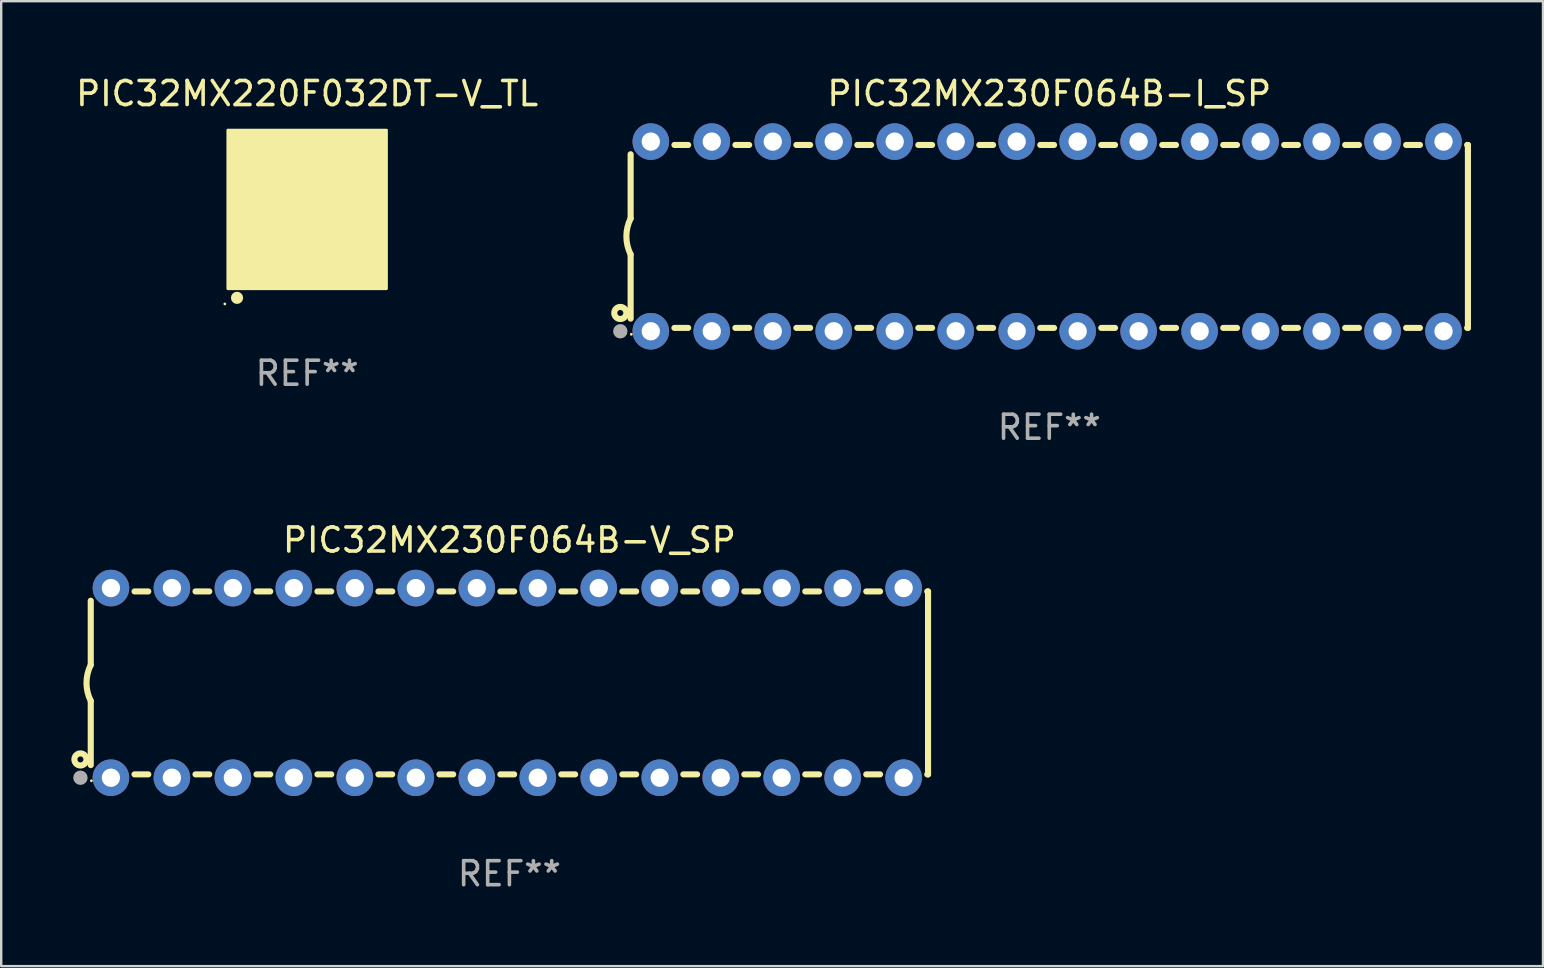
<source format=kicad_pcb>
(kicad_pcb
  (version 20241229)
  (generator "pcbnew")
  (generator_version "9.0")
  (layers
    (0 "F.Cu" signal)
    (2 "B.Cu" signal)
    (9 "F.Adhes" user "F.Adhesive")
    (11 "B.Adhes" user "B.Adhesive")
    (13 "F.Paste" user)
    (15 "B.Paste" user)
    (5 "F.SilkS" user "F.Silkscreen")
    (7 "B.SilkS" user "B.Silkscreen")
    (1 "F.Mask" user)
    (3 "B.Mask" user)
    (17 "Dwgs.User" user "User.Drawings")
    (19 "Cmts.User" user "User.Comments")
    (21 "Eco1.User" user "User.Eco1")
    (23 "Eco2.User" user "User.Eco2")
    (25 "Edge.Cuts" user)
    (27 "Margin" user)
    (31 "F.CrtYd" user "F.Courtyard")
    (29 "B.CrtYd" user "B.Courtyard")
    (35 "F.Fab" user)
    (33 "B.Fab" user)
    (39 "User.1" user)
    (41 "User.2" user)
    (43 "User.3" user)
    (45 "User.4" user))
  (footprint "PIC32MX220F032DT-V_TL"
    (layer "F.Cu")
    (at 9.744 5.673)
    (property "Reference" "PIC32MX220F032DT-V_TL" (at 0 -4.825 0) (layer "F.SilkS") (effects (font (size 1 1) (thickness 0.15))))
    (attr through_hole)
    (fp_circle (center -3.429 3.937) (end -3.399 3.937) (stroke (width 0.06) (type solid)) (fill no) (layer "F.SilkS"))
    (fp_circle (center -2.921 3.683) (end -2.794 3.683) (stroke (width 0.254) (type solid)) (fill no) (layer "F.SilkS"))
    (fp_poly (pts (xy -3.302 -3.302) (xy 3.302 -3.302) (xy 3.302 3.302) (xy -3.302 3.302)) (stroke (width 0.12) (type solid)) (fill yes) (layer "F.SilkS"))
    (fp_text user "REF**" (at 0 6.825 0) (layer "F.Fab") (effects (font (size 1 1) (thickness 0.15))))
    (pad "1" smd rect (at -2.25 2.825) (size 0.3 0.45) (layers "F.Cu" "F.Mask" "F.Paste"))
    (pad "2" smd rect (at -1.75 2.825) (size 0.3 0.45) (layers "F.Cu" "F.Mask" "F.Paste"))
    (pad "3" smd rect (at -1.25 2.825) (size 0.3 0.45) (layers "F.Cu" "F.Mask" "F.Paste"))
    (pad "4" smd rect (at -0.75 2.825) (size 0.3 0.45) (layers "F.Cu" "F.Mask" "F.Paste"))
    (pad "5" smd rect (at -0.25 2.825) (size 0.3 0.45) (layers "F.Cu" "F.Mask" "F.Paste"))
    (pad "6" smd rect (at 0.25 2.825) (size 0.3 0.45) (layers "F.Cu" "F.Mask" "F.Paste"))
    (pad "7" smd rect (at 0.75 2.825) (size 0.3 0.45) (layers "F.Cu" "F.Mask" "F.Paste"))
    (pad "8" smd rect (at 1.25 2.825) (size 0.3 0.45) (layers "F.Cu" "F.Mask" "F.Paste"))
    (pad "9" smd rect (at 1.75 2.825) (size 0.3 0.45) (layers "F.Cu" "F.Mask" "F.Paste"))
    (pad "10" smd rect (at 2.25 2.825) (size 0.3 0.45) (layers "F.Cu" "F.Mask" "F.Paste"))
    (pad "11" smd rect (at 2.825 2.825 90) (size 0.45 0.45) (layers "F.Cu" "F.Mask" "F.Paste"))
    (pad "12" smd rect (at 2.825 2.25 90) (size 0.3 0.45) (layers "F.Cu" "F.Mask" "F.Paste"))
    (pad "13" smd rect (at 2.825 1.75 90) (size 0.3 0.45) (layers "F.Cu" "F.Mask" "F.Paste"))
    (pad "14" smd rect (at 2.825 1.25 90) (size 0.3 0.45) (layers "F.Cu" "F.Mask" "F.Paste"))
    (pad "15" smd rect (at 2.825 0.75 90) (size 0.3 0.45) (layers "F.Cu" "F.Mask" "F.Paste"))
    (pad "16" smd rect (at 2.825 0.25 90) (size 0.3 0.45) (layers "F.Cu" "F.Mask" "F.Paste"))
    (pad "17" smd rect (at 2.825 -0.25 90) (size 0.3 0.45) (layers "F.Cu" "F.Mask" "F.Paste"))
    (pad "18" smd rect (at 2.825 -0.75 90) (size 0.3 0.45) (layers "F.Cu" "F.Mask" "F.Paste"))
    (pad "19" smd rect (at 2.825 -1.25 90) (size 0.3 0.45) (layers "F.Cu" "F.Mask" "F.Paste"))
    (pad "20" smd rect (at 2.825 -1.75 90) (size 0.3 0.45) (layers "F.Cu" "F.Mask" "F.Paste"))
    (pad "21" smd rect (at 2.825 -2.25 90) (size 0.3 0.45) (layers "F.Cu" "F.Mask" "F.Paste"))
    (pad "22" smd rect (at 2.825 -2.825 90) (size 0.45 0.45) (layers "F.Cu" "F.Mask" "F.Paste"))
    (pad "23" smd rect (at 2.25 -2.825) (size 0.3 0.45) (layers "F.Cu" "F.Mask" "F.Paste"))
    (pad "24" smd rect (at 1.75 -2.825) (size 0.3 0.45) (layers "F.Cu" "F.Mask" "F.Paste"))
    (pad "25" smd rect (at 1.25 -2.825) (size 0.3 0.45) (layers "F.Cu" "F.Mask" "F.Paste"))
    (pad "26" smd rect (at 0.75 -2.825) (size 0.3 0.45) (layers "F.Cu" "F.Mask" "F.Paste"))
    (pad "27" smd rect (at 0.25 -2.825) (size 0.3 0.45) (layers "F.Cu" "F.Mask" "F.Paste"))
    (pad "28" smd rect (at -0.25 -2.825) (size 0.3 0.45) (layers "F.Cu" "F.Mask" "F.Paste"))
    (pad "29" smd rect (at -0.75 -2.825) (size 0.3 0.45) (layers "F.Cu" "F.Mask" "F.Paste"))
    (pad "30" smd rect (at -1.25 -2.825) (size 0.3 0.45) (layers "F.Cu" "F.Mask" "F.Paste"))
    (pad "31" smd rect (at -1.75 -2.825) (size 0.3 0.45) (layers "F.Cu" "F.Mask" "F.Paste"))
    (pad "32" smd rect (at -2.25 -2.825) (size 0.3 0.45) (layers "F.Cu" "F.Mask" "F.Paste"))
    (pad "33" smd rect (at -2.825 -2.825 90) (size 0.45 0.45) (layers "F.Cu" "F.Mask" "F.Paste"))
    (pad "34" smd rect (at -2.825 -2.25 90) (size 0.3 0.45) (layers "F.Cu" "F.Mask" "F.Paste"))
    (pad "35" smd rect (at -2.825 -1.75 90) (size 0.3 0.45) (layers "F.Cu" "F.Mask" "F.Paste"))
    (pad "36" smd rect (at -2.825 -1.25 90) (size 0.3 0.45) (layers "F.Cu" "F.Mask" "F.Paste"))
    (pad "37" smd rect (at -2.825 -0.75 90) (size 0.3 0.45) (layers "F.Cu" "F.Mask" "F.Paste"))
    (pad "38" smd rect (at -2.825 -0.25 90) (size 0.3 0.45) (layers "F.Cu" "F.Mask" "F.Paste"))
    (pad "39" smd rect (at -2.825 0.25 90) (size 0.3 0.45) (layers "F.Cu" "F.Mask" "F.Paste"))
    (pad "40" smd rect (at -2.825 0.75 90) (size 0.3 0.45) (layers "F.Cu" "F.Mask" "F.Paste"))
    (pad "41" smd rect (at -2.825 1.25 90) (size 0.3 0.45) (layers "F.Cu" "F.Mask" "F.Paste"))
    (pad "42" smd rect (at -2.825 1.75 90) (size 0.3 0.45) (layers "F.Cu" "F.Mask" "F.Paste"))
    (pad "43" smd rect (at -2.825 2.25 90) (size 0.3 0.45) (layers "F.Cu" "F.Mask" "F.Paste"))
    (pad "44" smd rect (at -2.825 2.825 90) (size 0.45 0.45) (layers "F.Cu" "F.Mask" "F.Paste"))
    (pad "45" smd rect (at 0 0 90) (size 4.6 4.6) (layers "F.Cu" "F.Mask" "F.Paste")))
  (footprint "PIC32MX230F064B-V_SP"
    (layer "F.Cu")
    (at 18.168 25.395)
    (property "Reference" "PIC32MX230F064B-V_SP" (at 0 -5.95 0) (layer "F.SilkS") (effects (font (size 1 1) (thickness 0.15))))
    (attr through_hole)
    (fp_line (start -17.438 0.75) (end -17.438 3.423) (stroke (width 0.254) (type solid)) (layer "F.SilkS"))
    (fp_line (start -17.438 -3.423) (end -17.438 -0.75) (stroke (width 0.254) (type solid)) (layer "F.SilkS"))
    (fp_line (start -15.615 3.81) (end -15.041 3.81) (stroke (width 0.254) (type solid)) (layer "F.SilkS"))
    (fp_line (start -15.041 -3.81) (end -15.614 -3.81) (stroke (width 0.254) (type solid)) (layer "F.SilkS"))
    (fp_line (start -13.075 3.81) (end -12.501 3.81) (stroke (width 0.254) (type solid)) (layer "F.SilkS"))
    (fp_line (start -12.501 -3.81) (end -13.074 -3.81) (stroke (width 0.254) (type solid)) (layer "F.SilkS"))
    (fp_line (start -10.535 3.81) (end -9.961 3.81) (stroke (width 0.254) (type solid)) (layer "F.SilkS"))
    (fp_line (start -9.961 -3.81) (end -10.534 -3.81) (stroke (width 0.254) (type solid)) (layer "F.SilkS"))
    (fp_line (start -7.995 3.81) (end -7.421 3.81) (stroke (width 0.254) (type solid)) (layer "F.SilkS"))
    (fp_line (start -7.421 -3.81) (end -7.995 -3.81) (stroke (width 0.254) (type solid)) (layer "F.SilkS"))
    (fp_line (start -5.455 3.81) (end -4.881 3.81) (stroke (width 0.254) (type solid)) (layer "F.SilkS"))
    (fp_line (start -4.881 -3.81) (end -5.455 -3.81) (stroke (width 0.254) (type solid)) (layer "F.SilkS"))
    (fp_line (start -2.915 3.81) (end -2.341 3.81) (stroke (width 0.254) (type solid)) (layer "F.SilkS"))
    (fp_line (start -2.341 -3.81) (end -2.915 -3.81) (stroke (width 0.254) (type solid)) (layer "F.SilkS"))
    (fp_line (start -0.375 3.81) (end 0.199 3.81) (stroke (width 0.254) (type solid)) (layer "F.SilkS"))
    (fp_line (start 0.199 -3.81) (end -0.375 -3.81) (stroke (width 0.254) (type solid)) (layer "F.SilkS"))
    (fp_line (start 2.165 3.81) (end 2.739 3.81) (stroke (width 0.254) (type solid)) (layer "F.SilkS"))
    (fp_line (start 2.739 -3.81) (end 2.165 -3.81) (stroke (width 0.254) (type solid)) (layer "F.SilkS"))
    (fp_line (start 4.705 3.81) (end 5.279 3.81) (stroke (width 0.254) (type solid)) (layer "F.SilkS"))
    (fp_line (start 5.279 -3.81) (end 4.705 -3.81) (stroke (width 0.254) (type solid)) (layer "F.SilkS"))
    (fp_line (start 7.245 3.81) (end 7.819 3.81) (stroke (width 0.254) (type solid)) (layer "F.SilkS"))
    (fp_line (start 7.819 -3.81) (end 7.245 -3.81) (stroke (width 0.254) (type solid)) (layer "F.SilkS"))
    (fp_line (start 9.785 3.81) (end 10.359 3.81) (stroke (width 0.254) (type solid)) (layer "F.SilkS"))
    (fp_line (start 10.359 -3.81) (end 9.785 -3.81) (stroke (width 0.254) (type solid)) (layer "F.SilkS"))
    (fp_line (start 12.325 3.81) (end 12.899 3.81) (stroke (width 0.254) (type solid)) (layer "F.SilkS"))
    (fp_line (start 12.899 -3.81) (end 12.325 -3.81) (stroke (width 0.254) (type solid)) (layer "F.SilkS"))
    (fp_line (start 14.865 3.81) (end 15.439 3.81) (stroke (width 0.254) (type solid)) (layer "F.SilkS"))
    (fp_line (start 15.439 -3.81) (end 14.865 -3.81) (stroke (width 0.254) (type solid)) (layer "F.SilkS"))
    (fp_line (start 17.405 3.81) (end 17.438 3.81) (stroke (width 0.254) (type solid)) (layer "F.SilkS"))
    (fp_line (start 17.438 -3.81) (end 17.405 -3.81) (stroke (width 0.254) (type solid)) (layer "F.SilkS"))
    (fp_line (start 17.438 -3.556) (end 17.438 -3.81) (stroke (width 0.254) (type solid)) (layer "F.SilkS"))
    (fp_line (start 17.438 3.81) (end 17.438 -3.556) (stroke (width 0.254) (type solid)) (layer "F.SilkS"))
    (fp_arc (start -17.437986 0.749657) (mid -17.614887 -0.000024) (end -17.437783 -0.749657) (stroke (width 0.254001) (type solid)) (layer "F.SilkS"))
    (fp_circle (center -17.868 3.188) (end -17.743 3.188) (stroke (width 0.254) (type solid)) (fill no) (layer "F.SilkS"))
    (fp_circle (center -17.411 4.077) (end -17.381 4.077) (stroke (width 0.06) (type solid)) (fill no) (layer "F.SilkS"))
    (fp_circle (center -17.868 3.95) (end -17.718 3.95) (stroke (width 0.3) (type solid)) (fill no) (layer "F.Fab"))
    (fp_text user "REF**" (at 0 7.95 0) (layer "F.Fab") (effects (font (size 1 1) (thickness 0.15))))
    (pad "1" thru_hole circle (at -16.598 3.95) (size 1.524 1.524) (drill 0.762) (layers "*.Cu" "*.Mask"))
    (pad "2" thru_hole circle (at -14.058 3.95) (size 1.524 1.524) (drill 0.762) (layers "*.Cu" "*.Mask"))
    (pad "3" thru_hole circle (at -11.518 3.95) (size 1.524 1.524) (drill 0.762) (layers "*.Cu" "*.Mask"))
    (pad "4" thru_hole circle (at -8.978 3.95) (size 1.524 1.524) (drill 0.762) (layers "*.Cu" "*.Mask"))
    (pad "5" thru_hole circle (at -6.438 3.95) (size 1.524 1.524) (drill 0.762) (layers "*.Cu" "*.Mask"))
    (pad "6" thru_hole circle (at -3.898 3.95) (size 1.524 1.524) (drill 0.762) (layers "*.Cu" "*.Mask"))
    (pad "7" thru_hole circle (at -1.358 3.95) (size 1.524 1.524) (drill 0.762) (layers "*.Cu" "*.Mask"))
    (pad "8" thru_hole circle (at 1.182 3.95) (size 1.524 1.524) (drill 0.762) (layers "*.Cu" "*.Mask"))
    (pad "9" thru_hole circle (at 3.722 3.95) (size 1.524 1.524) (drill 0.762) (layers "*.Cu" "*.Mask"))
    (pad "10" thru_hole circle (at 6.262 3.95) (size 1.524 1.524) (drill 0.762) (layers "*.Cu" "*.Mask"))
    (pad "11" thru_hole circle (at 8.802 3.95) (size 1.524 1.524) (drill 0.762) (layers "*.Cu" "*.Mask"))
    (pad "12" thru_hole circle (at 11.342 3.95) (size 1.524 1.524) (drill 0.762) (layers "*.Cu" "*.Mask"))
    (pad "13" thru_hole circle (at 13.882 3.95) (size 1.524 1.524) (drill 0.762) (layers "*.Cu" "*.Mask"))
    (pad "14" thru_hole circle (at 16.422 3.95) (size 1.524 1.524) (drill 0.762) (layers "*.Cu" "*.Mask"))
    (pad "15" thru_hole circle (at 16.422 -3.95) (size 1.524 1.524) (drill 0.762) (layers "*.Cu" "*.Mask"))
    (pad "16" thru_hole circle (at 13.882 -3.95) (size 1.524 1.524) (drill 0.762) (layers "*.Cu" "*.Mask"))
    (pad "17" thru_hole circle (at 11.342 -3.95) (size 1.524 1.524) (drill 0.762) (layers "*.Cu" "*.Mask"))
    (pad "18" thru_hole circle (at 8.802 -3.95) (size 1.524 1.524) (drill 0.762) (layers "*.Cu" "*.Mask"))
    (pad "19" thru_hole circle (at 6.262 -3.95) (size 1.524 1.524) (drill 0.762) (layers "*.Cu" "*.Mask"))
    (pad "20" thru_hole circle (at 3.722 -3.95) (size 1.524 1.524) (drill 0.762) (layers "*.Cu" "*.Mask"))
    (pad "21" thru_hole circle (at 1.182 -3.95) (size 1.524 1.524) (drill 0.762) (layers "*.Cu" "*.Mask"))
    (pad "22" thru_hole circle (at -1.358 -3.95) (size 1.524 1.524) (drill 0.762) (layers "*.Cu" "*.Mask"))
    (pad "23" thru_hole circle (at -3.898 -3.95) (size 1.524 1.524) (drill 0.762) (layers "*.Cu" "*.Mask"))
    (pad "24" thru_hole circle (at -6.438 -3.95) (size 1.524 1.524) (drill 0.762) (layers "*.Cu" "*.Mask"))
    (pad "25" thru_hole circle (at -8.978 -3.95) (size 1.524 1.524) (drill 0.762) (layers "*.Cu" "*.Mask"))
    (pad "26" thru_hole circle (at -11.517 -3.95) (size 1.524 1.524) (drill 0.762) (layers "*.Cu" "*.Mask"))
    (pad "27" thru_hole circle (at -14.057 -3.95) (size 1.524 1.524) (drill 0.762) (layers "*.Cu" "*.Mask"))
    (pad "28" thru_hole circle (at -16.597 -3.95) (size 1.524 1.524) (drill 0.762) (layers "*.Cu" "*.Mask")))
  (footprint "PIC32MX230F064B-I_SP"
    (layer "F.Cu")
    (at 40.656 6.798)
    (property "Reference" "PIC32MX230F064B-I_SP" (at 0 -5.95 0) (layer "F.SilkS") (effects (font (size 1 1) (thickness 0.15))))
    (attr through_hole)
    (fp_line (start -17.438 0.75) (end -17.438 3.423) (stroke (width 0.254) (type solid)) (layer "F.SilkS"))
    (fp_line (start -17.438 -3.423) (end -17.438 -0.75) (stroke (width 0.254) (type solid)) (layer "F.SilkS"))
    (fp_line (start -15.615 3.81) (end -15.041 3.81) (stroke (width 0.254) (type solid)) (layer "F.SilkS"))
    (fp_line (start -15.041 -3.81) (end -15.614 -3.81) (stroke (width 0.254) (type solid)) (layer "F.SilkS"))
    (fp_line (start -13.075 3.81) (end -12.501 3.81) (stroke (width 0.254) (type solid)) (layer "F.SilkS"))
    (fp_line (start -12.501 -3.81) (end -13.074 -3.81) (stroke (width 0.254) (type solid)) (layer "F.SilkS"))
    (fp_line (start -10.535 3.81) (end -9.961 3.81) (stroke (width 0.254) (type solid)) (layer "F.SilkS"))
    (fp_line (start -9.961 -3.81) (end -10.534 -3.81) (stroke (width 0.254) (type solid)) (layer "F.SilkS"))
    (fp_line (start -7.995 3.81) (end -7.421 3.81) (stroke (width 0.254) (type solid)) (layer "F.SilkS"))
    (fp_line (start -7.421 -3.81) (end -7.995 -3.81) (stroke (width 0.254) (type solid)) (layer "F.SilkS"))
    (fp_line (start -5.455 3.81) (end -4.881 3.81) (stroke (width 0.254) (type solid)) (layer "F.SilkS"))
    (fp_line (start -4.881 -3.81) (end -5.455 -3.81) (stroke (width 0.254) (type solid)) (layer "F.SilkS"))
    (fp_line (start -2.915 3.81) (end -2.341 3.81) (stroke (width 0.254) (type solid)) (layer "F.SilkS"))
    (fp_line (start -2.341 -3.81) (end -2.915 -3.81) (stroke (width 0.254) (type solid)) (layer "F.SilkS"))
    (fp_line (start -0.375 3.81) (end 0.199 3.81) (stroke (width 0.254) (type solid)) (layer "F.SilkS"))
    (fp_line (start 0.199 -3.81) (end -0.375 -3.81) (stroke (width 0.254) (type solid)) (layer "F.SilkS"))
    (fp_line (start 2.165 3.81) (end 2.739 3.81) (stroke (width 0.254) (type solid)) (layer "F.SilkS"))
    (fp_line (start 2.739 -3.81) (end 2.165 -3.81) (stroke (width 0.254) (type solid)) (layer "F.SilkS"))
    (fp_line (start 4.705 3.81) (end 5.279 3.81) (stroke (width 0.254) (type solid)) (layer "F.SilkS"))
    (fp_line (start 5.279 -3.81) (end 4.705 -3.81) (stroke (width 0.254) (type solid)) (layer "F.SilkS"))
    (fp_line (start 7.245 3.81) (end 7.819 3.81) (stroke (width 0.254) (type solid)) (layer "F.SilkS"))
    (fp_line (start 7.819 -3.81) (end 7.245 -3.81) (stroke (width 0.254) (type solid)) (layer "F.SilkS"))
    (fp_line (start 9.785 3.81) (end 10.359 3.81) (stroke (width 0.254) (type solid)) (layer "F.SilkS"))
    (fp_line (start 10.359 -3.81) (end 9.785 -3.81) (stroke (width 0.254) (type solid)) (layer "F.SilkS"))
    (fp_line (start 12.325 3.81) (end 12.899 3.81) (stroke (width 0.254) (type solid)) (layer "F.SilkS"))
    (fp_line (start 12.899 -3.81) (end 12.325 -3.81) (stroke (width 0.254) (type solid)) (layer "F.SilkS"))
    (fp_line (start 14.865 3.81) (end 15.439 3.81) (stroke (width 0.254) (type solid)) (layer "F.SilkS"))
    (fp_line (start 15.439 -3.81) (end 14.865 -3.81) (stroke (width 0.254) (type solid)) (layer "F.SilkS"))
    (fp_line (start 17.405 3.81) (end 17.438 3.81) (stroke (width 0.254) (type solid)) (layer "F.SilkS"))
    (fp_line (start 17.438 -3.81) (end 17.405 -3.81) (stroke (width 0.254) (type solid)) (layer "F.SilkS"))
    (fp_line (start 17.438 -3.556) (end 17.438 -3.81) (stroke (width 0.254) (type solid)) (layer "F.SilkS"))
    (fp_line (start 17.438 3.81) (end 17.438 -3.556) (stroke (width 0.254) (type solid)) (layer "F.SilkS"))
    (fp_arc (start -17.437986 0.749657) (mid -17.614887 -0.000024) (end -17.437783 -0.749657) (stroke (width 0.254001) (type solid)) (layer "F.SilkS"))
    (fp_circle (center -17.868 3.188) (end -17.743 3.188) (stroke (width 0.254) (type solid)) (fill no) (layer "F.SilkS"))
    (fp_circle (center -17.411 4.077) (end -17.381 4.077) (stroke (width 0.06) (type solid)) (fill no) (layer "F.SilkS"))
    (fp_circle (center -17.868 3.95) (end -17.718 3.95) (stroke (width 0.3) (type solid)) (fill no) (layer "F.Fab"))
    (fp_text user "REF**" (at 0 7.95 0) (layer "F.Fab") (effects (font (size 1 1) (thickness 0.15))))
    (pad "1" thru_hole circle (at -16.598 3.95) (size 1.524 1.524) (drill 0.762) (layers "*.Cu" "*.Mask"))
    (pad "2" thru_hole circle (at -14.058 3.95) (size 1.524 1.524) (drill 0.762) (layers "*.Cu" "*.Mask"))
    (pad "3" thru_hole circle (at -11.518 3.95) (size 1.524 1.524) (drill 0.762) (layers "*.Cu" "*.Mask"))
    (pad "4" thru_hole circle (at -8.978 3.95) (size 1.524 1.524) (drill 0.762) (layers "*.Cu" "*.Mask"))
    (pad "5" thru_hole circle (at -6.438 3.95) (size 1.524 1.524) (drill 0.762) (layers "*.Cu" "*.Mask"))
    (pad "6" thru_hole circle (at -3.898 3.95) (size 1.524 1.524) (drill 0.762) (layers "*.Cu" "*.Mask"))
    (pad "7" thru_hole circle (at -1.358 3.95) (size 1.524 1.524) (drill 0.762) (layers "*.Cu" "*.Mask"))
    (pad "8" thru_hole circle (at 1.182 3.95) (size 1.524 1.524) (drill 0.762) (layers "*.Cu" "*.Mask"))
    (pad "9" thru_hole circle (at 3.722 3.95) (size 1.524 1.524) (drill 0.762) (layers "*.Cu" "*.Mask"))
    (pad "10" thru_hole circle (at 6.262 3.95) (size 1.524 1.524) (drill 0.762) (layers "*.Cu" "*.Mask"))
    (pad "11" thru_hole circle (at 8.802 3.95) (size 1.524 1.524) (drill 0.762) (layers "*.Cu" "*.Mask"))
    (pad "12" thru_hole circle (at 11.342 3.95) (size 1.524 1.524) (drill 0.762) (layers "*.Cu" "*.Mask"))
    (pad "13" thru_hole circle (at 13.882 3.95) (size 1.524 1.524) (drill 0.762) (layers "*.Cu" "*.Mask"))
    (pad "14" thru_hole circle (at 16.422 3.95) (size 1.524 1.524) (drill 0.762) (layers "*.Cu" "*.Mask"))
    (pad "15" thru_hole circle (at 16.422 -3.95) (size 1.524 1.524) (drill 0.762) (layers "*.Cu" "*.Mask"))
    (pad "16" thru_hole circle (at 13.882 -3.95) (size 1.524 1.524) (drill 0.762) (layers "*.Cu" "*.Mask"))
    (pad "17" thru_hole circle (at 11.342 -3.95) (size 1.524 1.524) (drill 0.762) (layers "*.Cu" "*.Mask"))
    (pad "18" thru_hole circle (at 8.802 -3.95) (size 1.524 1.524) (drill 0.762) (layers "*.Cu" "*.Mask"))
    (pad "19" thru_hole circle (at 6.262 -3.95) (size 1.524 1.524) (drill 0.762) (layers "*.Cu" "*.Mask"))
    (pad "20" thru_hole circle (at 3.722 -3.95) (size 1.524 1.524) (drill 0.762) (layers "*.Cu" "*.Mask"))
    (pad "21" thru_hole circle (at 1.182 -3.95) (size 1.524 1.524) (drill 0.762) (layers "*.Cu" "*.Mask"))
    (pad "22" thru_hole circle (at -1.358 -3.95) (size 1.524 1.524) (drill 0.762) (layers "*.Cu" "*.Mask"))
    (pad "23" thru_hole circle (at -3.898 -3.95) (size 1.524 1.524) (drill 0.762) (layers "*.Cu" "*.Mask"))
    (pad "24" thru_hole circle (at -6.438 -3.95) (size 1.524 1.524) (drill 0.762) (layers "*.Cu" "*.Mask"))
    (pad "25" thru_hole circle (at -8.978 -3.95) (size 1.524 1.524) (drill 0.762) (layers "*.Cu" "*.Mask"))
    (pad "26" thru_hole circle (at -11.517 -3.95) (size 1.524 1.524) (drill 0.762) (layers "*.Cu" "*.Mask"))
    (pad "27" thru_hole circle (at -14.057 -3.95) (size 1.524 1.524) (drill 0.762) (layers "*.Cu" "*.Mask"))
    (pad "28" thru_hole circle (at -16.597 -3.95) (size 1.524 1.524) (drill 0.762) (layers "*.Cu" "*.Mask")))
  (gr_rect
    (start -3 -3)
    (end 61.221 37.193)
    (stroke (width 0.1) (type default))
    (fill no)
    (layer "Edge.Cuts")))
</source>
